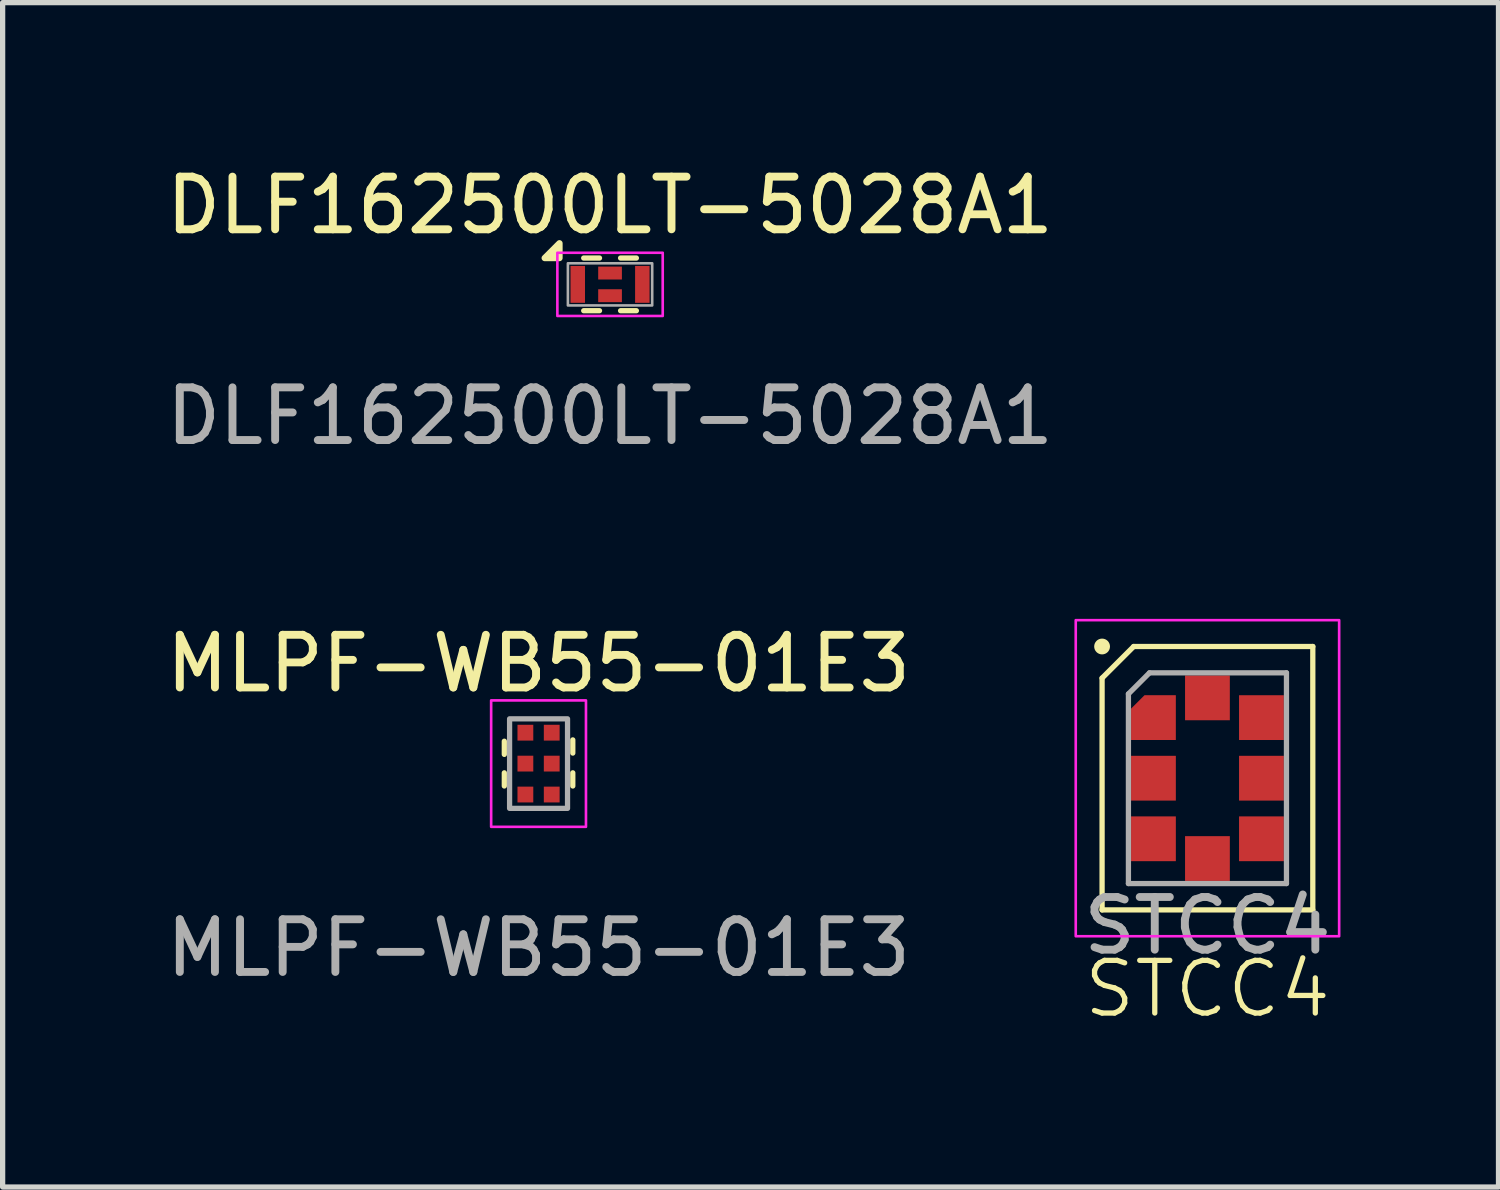
<source format=kicad_pcb>
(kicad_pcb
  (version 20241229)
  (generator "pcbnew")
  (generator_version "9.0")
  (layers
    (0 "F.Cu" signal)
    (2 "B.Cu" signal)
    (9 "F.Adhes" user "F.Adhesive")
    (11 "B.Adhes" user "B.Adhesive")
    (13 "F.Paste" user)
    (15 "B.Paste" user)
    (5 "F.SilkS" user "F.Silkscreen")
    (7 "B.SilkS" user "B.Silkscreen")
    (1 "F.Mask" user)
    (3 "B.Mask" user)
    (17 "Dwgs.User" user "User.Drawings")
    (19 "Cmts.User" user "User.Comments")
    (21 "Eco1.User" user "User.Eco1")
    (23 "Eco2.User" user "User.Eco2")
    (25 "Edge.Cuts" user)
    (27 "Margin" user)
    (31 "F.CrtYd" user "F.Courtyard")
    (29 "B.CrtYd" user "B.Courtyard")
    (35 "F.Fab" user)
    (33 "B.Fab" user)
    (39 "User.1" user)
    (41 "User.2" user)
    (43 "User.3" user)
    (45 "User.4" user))
  (footprint "MLPF-WB55-01E3"
    (layer "F.Cu")
    (at 7.173 11.445)
    (property "Reference" "MLPF-WB55-01E3" (at 0 -1.9 0) (unlocked yes) (layer "F.SilkS") (effects (font (size 1 1) (thickness 0.15))))
    (attr smd)
    (fp_line (start -0.65 -0.425) (end -0.65 -0.175) (stroke (width 0.1) (type default)) (layer "F.SilkS"))
    (fp_line (start -0.65 0.175) (end -0.65 0.425) (stroke (width 0.1) (type default)) (layer "F.SilkS"))
    (fp_line (start 0.65 -0.45) (end 0.65 -0.2) (stroke (width 0.1) (type default)) (layer "F.SilkS"))
    (fp_line (start 0.65 0.175) (end 0.65 0.425) (stroke (width 0.1) (type default)) (layer "F.SilkS"))
    (fp_rect (start -0.9 -1.2) (end 0.9 1.2) (stroke (width 0.05) (type default)) (fill no) (layer "F.CrtYd"))
    (fp_rect (start -0.55 -0.85) (end 0.55 0.85) (stroke (width 0.1) (type default)) (fill no) (layer "F.Fab"))
    (fp_text user "${REFERENCE}" (at 0 3.5 0) (unlocked yes) (layer "F.Fab") (effects (font (size 1 1) (thickness 0.15))))
    (pad "1" smd rect (at -0.25 -0.587) (size 0.3 0.3) (layers "F.Cu" "F.Mask" "F.Paste"))
    (pad "2" smd rect (at -0.25 0) (size 0.3 0.3) (layers "F.Cu" "F.Mask" "F.Paste"))
    (pad "3" smd rect (at -0.25 0.587) (size 0.3 0.3) (layers "F.Cu" "F.Mask" "F.Paste"))
    (pad "4" smd rect (at 0.25 0.587) (size 0.3 0.3) (layers "F.Cu" "F.Mask" "F.Paste"))
    (pad "5" smd rect (at 0.25 0) (size 0.3 0.3) (layers "F.Cu" "F.Mask" "F.Paste"))
    (pad "6" smd rect (at 0.25 -0.587) (size 0.3 0.3) (layers "F.Cu" "F.Mask" "F.Paste")))
  (footprint "DLF162500LT-5028A1"
    (layer "F.Cu")
    (at 8.53 2.348)
    (property "Reference" "DLF162500LT-5028A1" (at 0 -1.5 0) (unlocked yes) (layer "F.SilkS") (effects (font (size 1 1) (thickness 0.15))))
    (attr smd)
    (fp_line (start -0.5 -0.5) (end -0.2 -0.5) (stroke (width 0.1) (type default)) (layer "F.SilkS"))
    (fp_line (start -0.5 0.5) (end -0.2 0.5) (stroke (width 0.1) (type default)) (layer "F.SilkS"))
    (fp_line (start 0.2 -0.5) (end 0.5 -0.5) (stroke (width 0.1) (type default)) (layer "F.SilkS"))
    (fp_line (start 0.2 0.5) (end 0.5 0.5) (stroke (width 0.1) (type default)) (layer "F.SilkS"))
    (fp_poly (pts (xy -0.96 -0.5) (xy -1.24 -0.5) (xy -0.96 -0.78) (xy -0.96 -0.5)) (stroke (width 0.12) (type solid)) (fill yes) (layer "F.SilkS"))
    (fp_rect (start -1 -0.6) (end 1 0.6) (stroke (width 0.05) (type default)) (fill no) (layer "F.CrtYd"))
    (fp_rect (start -0.8 -0.4) (end 0.8 0.4) (stroke (width 0.05) (type default)) (fill no) (layer "F.Fab"))
    (fp_text user "${REFERENCE}" (at 0 2.5 0) (unlocked yes) (layer "F.Fab") (effects (font (size 1 1) (thickness 0.15))))
    (pad "1" smd rect (at -0.613 0) (size 0.275 0.7) (layers "F.Cu" "F.Mask" "F.Paste"))
    (pad "2" smd rect (at 0 -0.215) (size 0.45 0.245) (layers "F.Cu" "F.Mask" "F.Paste"))
    (pad "3" smd rect (at 0.613 0 180) (size 0.275 0.7) (layers "F.Cu" "F.Mask" "F.Paste"))
    (pad "4" smd rect (at 0 0.215) (size 0.45 0.245) (layers "F.Cu" "F.Mask" "F.Paste")))
  (footprint "STCC4"
    (layer "F.Cu")
    (at 19.87 11.722)
    (property "Reference" "STCC4" (at 0 4 0) (unlocked yes) (layer "F.SilkS") (effects (font (size 1 1) (thickness 0.1))))
    (attr smd)
    (fp_line (start -2 -1.9) (end -1.4 -2.5) (stroke (width 0.1) (type default)) (layer "F.SilkS"))
    (fp_line (start -2 2.5) (end -2 -1.9) (stroke (width 0.1) (type default)) (layer "F.SilkS"))
    (fp_line (start -1.4 -2.5) (end 2 -2.5) (stroke (width 0.1) (type default)) (layer "F.SilkS"))
    (fp_line (start 2 -2.5) (end 2 2.5) (stroke (width 0.1) (type default)) (layer "F.SilkS"))
    (fp_line (start 2 2.5) (end -2 2.5) (stroke (width 0.1) (type default)) (layer "F.SilkS"))
    (fp_circle (center -2 -2.5) (end -1.9 -2.5) (stroke (width 0.1) (type solid)) (fill yes) (layer "F.SilkS"))
    (fp_rect (start -2.5 -3) (end 2.5 3) (stroke (width 0.05) (type default)) (fill no) (layer "F.CrtYd"))
    (fp_line (start -1.5 -1.6) (end -1.1 -2) (stroke (width 0.1) (type default)) (layer "F.Fab"))
    (fp_line (start -1.5 2) (end -1.5 -1.6) (stroke (width 0.1) (type default)) (layer "F.Fab"))
    (fp_line (start -1.1 -2) (end 1.5 -2) (stroke (width 0.1) (type default)) (layer "F.Fab"))
    (fp_line (start 1.5 -2) (end 1.5 2) (stroke (width 0.1) (type default)) (layer "F.Fab"))
    (fp_line (start 1.5 2) (end -1.5 2) (stroke (width 0.1) (type default)) (layer "F.Fab"))
    (fp_text user "${REFERENCE}" (at 0 2.8 0) (unlocked yes) (layer "F.Fab") (effects (font (size 1 1) (thickness 0.15))))
    (pad "1" smd roundrect (at -1.025 -1.15) (size 0.85 0.85) (layers "F.Cu" "F.Mask" "F.Paste") (roundrect_rratio 0) (chamfer_ratio 0.3) (chamfer top_left))
    (pad "2" smd rect (at -1.025 0) (size 0.85 0.85) (layers "F.Cu" "F.Mask" "F.Paste"))
    (pad "3" smd rect (at -1.025 1.15) (size 0.85 0.85) (layers "F.Cu" "F.Mask" "F.Paste"))
    (pad "4" smd rect (at 0 1.525 90) (size 0.85 0.85) (layers "F.Cu" "F.Mask" "F.Paste"))
    (pad "5" smd rect (at 1.025 1.15 90) (size 0.85 0.85) (layers "F.Cu" "F.Mask" "F.Paste"))
    (pad "6" smd rect (at 1.025 0 90) (size 0.85 0.85) (layers "F.Cu" "F.Mask" "F.Paste"))
    (pad "7" smd rect (at 1.025 -1.15) (size 0.85 0.85) (layers "F.Cu" "F.Mask" "F.Paste"))
    (pad "8" smd rect (at 0 -1.525) (size 0.85 0.85) (layers "F.Cu" "F.Mask" "F.Paste")))
  (gr_rect
    (start -3 -3)
    (end 25.395 19.482)
    (stroke (width 0.1) (type default))
    (fill no)
    (layer "Edge.Cuts")))
</source>
